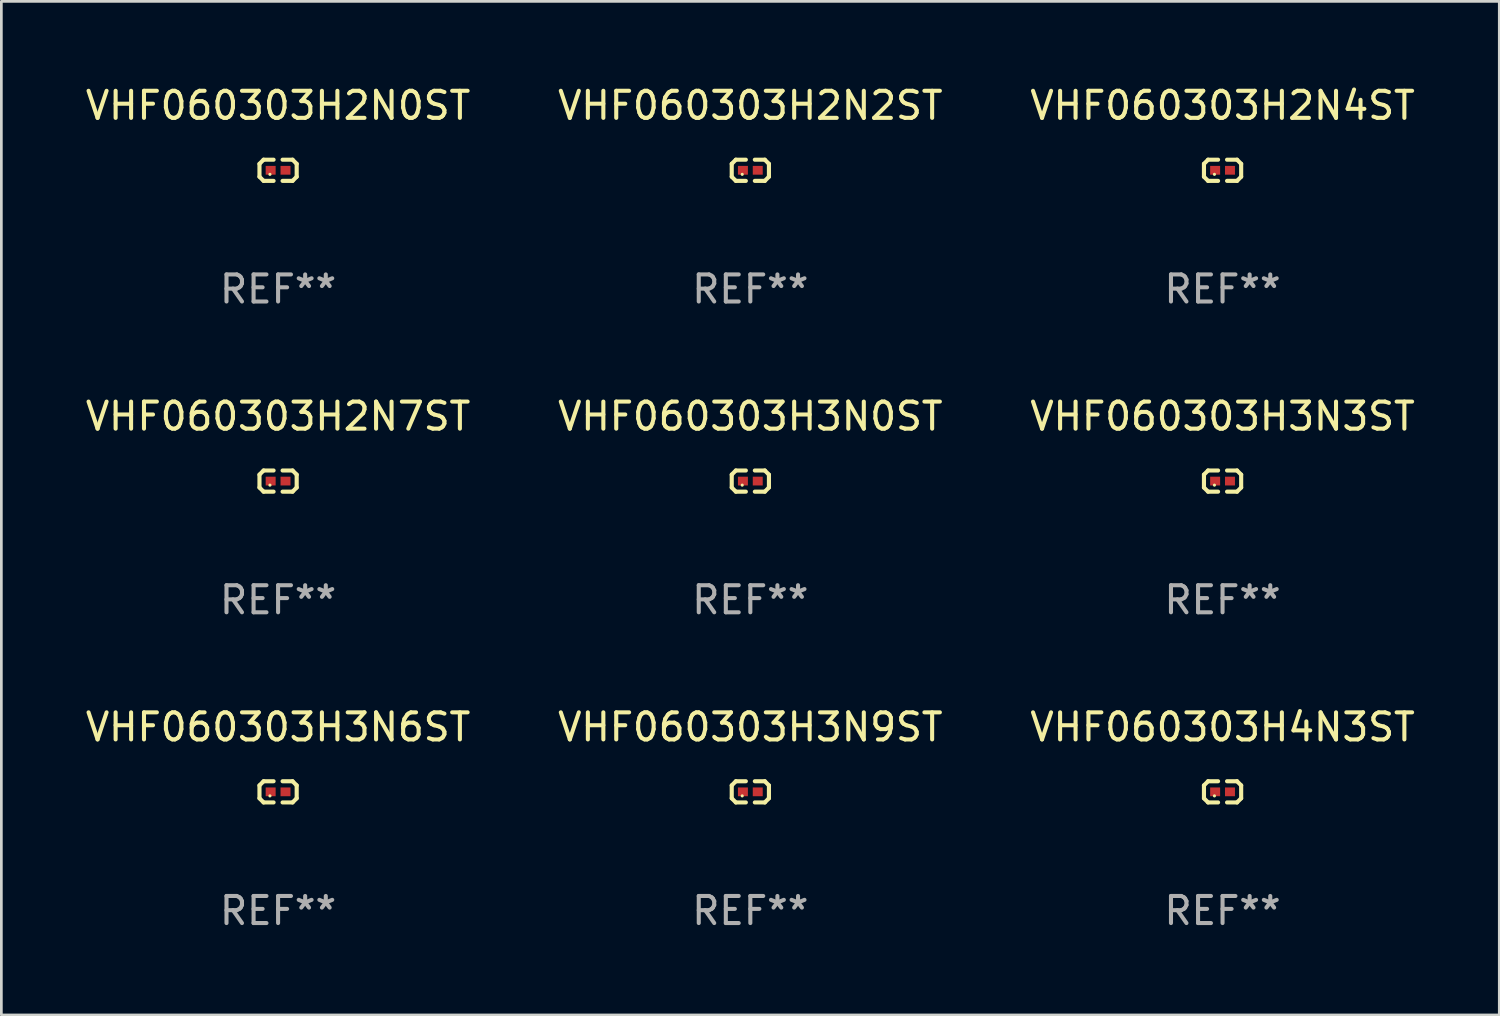
<source format=kicad_pcb>
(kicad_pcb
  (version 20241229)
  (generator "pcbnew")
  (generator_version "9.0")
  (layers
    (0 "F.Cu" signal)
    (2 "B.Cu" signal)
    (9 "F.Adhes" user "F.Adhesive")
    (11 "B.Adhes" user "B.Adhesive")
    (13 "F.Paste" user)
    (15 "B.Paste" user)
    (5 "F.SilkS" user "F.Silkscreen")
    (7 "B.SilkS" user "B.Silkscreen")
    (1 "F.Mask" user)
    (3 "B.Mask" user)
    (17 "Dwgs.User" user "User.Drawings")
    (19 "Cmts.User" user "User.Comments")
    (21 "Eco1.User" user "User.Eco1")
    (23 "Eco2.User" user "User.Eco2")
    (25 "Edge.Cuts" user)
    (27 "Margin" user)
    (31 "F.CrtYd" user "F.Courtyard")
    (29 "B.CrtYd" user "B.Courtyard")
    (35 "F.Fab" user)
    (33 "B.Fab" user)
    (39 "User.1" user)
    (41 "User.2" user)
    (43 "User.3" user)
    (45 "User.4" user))
  (footprint "VHF060303H3N0ST"
    (layer "F.Cu")
    (at 24.661 14.717)
    (property "Reference" "VHF060303H3N0ST" (at 0 -2.391 0) (layer "F.SilkS") (effects (font (size 1 1) (thickness 0.15))))
    (attr through_hole)
    (fp_line (start -0.687 -0.238) (end -0.535 -0.391) (stroke (width 0.152) (type solid)) (layer "F.SilkS"))
    (fp_line (start -0.687 0.238) (end -0.687 -0.238) (stroke (width 0.152) (type solid)) (layer "F.SilkS"))
    (fp_line (start -0.535 -0.391) (end -0.166 -0.391) (stroke (width 0.152) (type solid)) (layer "F.SilkS"))
    (fp_line (start -0.535 0.391) (end -0.687 0.238) (stroke (width 0.152) (type solid)) (layer "F.SilkS"))
    (fp_line (start -0.166 0.391) (end -0.535 0.391) (stroke (width 0.152) (type solid)) (layer "F.SilkS"))
    (fp_line (start 0.166 0.391) (end 0.535 0.391) (stroke (width 0.152) (type solid)) (layer "F.SilkS"))
    (fp_line (start 0.535 -0.391) (end 0.166 -0.391) (stroke (width 0.152) (type solid)) (layer "F.SilkS"))
    (fp_line (start 0.535 0.391) (end 0.687 0.238) (stroke (width 0.152) (type solid)) (layer "F.SilkS"))
    (fp_line (start 0.687 -0.238) (end 0.535 -0.391) (stroke (width 0.152) (type solid)) (layer "F.SilkS"))
    (fp_line (start 0.687 0.238) (end 0.687 -0.238) (stroke (width 0.152) (type solid)) (layer "F.SilkS"))
    (fp_circle (center -0.3 0.15) (end -0.27 0.15) (stroke (width 0.06) (type solid)) (fill no) (layer "F.SilkS"))
    (fp_text user "REF**" (at 0 4.391 0) (layer "F.Fab") (effects (font (size 1 1) (thickness 0.15))))
    (pad "1" smd rect (at -0.274 0) (size 0.368 0.324) (layers "F.Cu" "F.Mask" "F.Paste"))
    (pad "2" smd rect (at 0.274 0) (size 0.368 0.324) (layers "F.Cu" "F.Mask" "F.Paste")))
  (footprint "VHF060303H2N7ST"
    (layer "F.Cu")
    (at 7.22 14.717)
    (property "Reference" "VHF060303H2N7ST" (at 0 -2.391 0) (layer "F.SilkS") (effects (font (size 1 1) (thickness 0.15))))
    (attr through_hole)
    (fp_line (start -0.687 -0.238) (end -0.535 -0.391) (stroke (width 0.152) (type solid)) (layer "F.SilkS"))
    (fp_line (start -0.687 0.238) (end -0.687 -0.238) (stroke (width 0.152) (type solid)) (layer "F.SilkS"))
    (fp_line (start -0.535 -0.391) (end -0.166 -0.391) (stroke (width 0.152) (type solid)) (layer "F.SilkS"))
    (fp_line (start -0.535 0.391) (end -0.687 0.238) (stroke (width 0.152) (type solid)) (layer "F.SilkS"))
    (fp_line (start -0.166 0.391) (end -0.535 0.391) (stroke (width 0.152) (type solid)) (layer "F.SilkS"))
    (fp_line (start 0.166 0.391) (end 0.535 0.391) (stroke (width 0.152) (type solid)) (layer "F.SilkS"))
    (fp_line (start 0.535 -0.391) (end 0.166 -0.391) (stroke (width 0.152) (type solid)) (layer "F.SilkS"))
    (fp_line (start 0.535 0.391) (end 0.687 0.238) (stroke (width 0.152) (type solid)) (layer "F.SilkS"))
    (fp_line (start 0.687 -0.238) (end 0.535 -0.391) (stroke (width 0.152) (type solid)) (layer "F.SilkS"))
    (fp_line (start 0.687 0.238) (end 0.687 -0.238) (stroke (width 0.152) (type solid)) (layer "F.SilkS"))
    (fp_circle (center -0.3 0.15) (end -0.27 0.15) (stroke (width 0.06) (type solid)) (fill no) (layer "F.SilkS"))
    (fp_text user "REF**" (at 0 4.391 0) (layer "F.Fab") (effects (font (size 1 1) (thickness 0.15))))
    (pad "1" smd rect (at -0.274 0) (size 0.368 0.324) (layers "F.Cu" "F.Mask" "F.Paste"))
    (pad "2" smd rect (at 0.274 0) (size 0.368 0.324) (layers "F.Cu" "F.Mask" "F.Paste")))
  (footprint "VHF060303H2N0ST"
    (layer "F.Cu")
    (at 7.22 3.239)
    (property "Reference" "VHF060303H2N0ST" (at 0 -2.391 0) (layer "F.SilkS") (effects (font (size 1 1) (thickness 0.15))))
    (attr through_hole)
    (fp_line (start -0.687 -0.238) (end -0.535 -0.391) (stroke (width 0.152) (type solid)) (layer "F.SilkS"))
    (fp_line (start -0.687 0.238) (end -0.687 -0.238) (stroke (width 0.152) (type solid)) (layer "F.SilkS"))
    (fp_line (start -0.535 -0.391) (end -0.166 -0.391) (stroke (width 0.152) (type solid)) (layer "F.SilkS"))
    (fp_line (start -0.535 0.391) (end -0.687 0.238) (stroke (width 0.152) (type solid)) (layer "F.SilkS"))
    (fp_line (start -0.166 0.391) (end -0.535 0.391) (stroke (width 0.152) (type solid)) (layer "F.SilkS"))
    (fp_line (start 0.166 0.391) (end 0.535 0.391) (stroke (width 0.152) (type solid)) (layer "F.SilkS"))
    (fp_line (start 0.535 -0.391) (end 0.166 -0.391) (stroke (width 0.152) (type solid)) (layer "F.SilkS"))
    (fp_line (start 0.535 0.391) (end 0.687 0.238) (stroke (width 0.152) (type solid)) (layer "F.SilkS"))
    (fp_line (start 0.687 -0.238) (end 0.535 -0.391) (stroke (width 0.152) (type solid)) (layer "F.SilkS"))
    (fp_line (start 0.687 0.238) (end 0.687 -0.238) (stroke (width 0.152) (type solid)) (layer "F.SilkS"))
    (fp_circle (center -0.3 0.15) (end -0.27 0.15) (stroke (width 0.06) (type solid)) (fill no) (layer "F.SilkS"))
    (fp_text user "REF**" (at 0 4.391 0) (layer "F.Fab") (effects (font (size 1 1) (thickness 0.15))))
    (pad "1" smd rect (at -0.274 0) (size 0.368 0.324) (layers "F.Cu" "F.Mask" "F.Paste"))
    (pad "2" smd rect (at 0.274 0) (size 0.368 0.324) (layers "F.Cu" "F.Mask" "F.Paste")))
  (footprint "VHF060303H4N3ST"
    (layer "F.Cu")
    (at 42.101 26.194)
    (property "Reference" "VHF060303H4N3ST" (at 0 -2.391 0) (layer "F.SilkS") (effects (font (size 1 1) (thickness 0.15))))
    (attr through_hole)
    (fp_line (start -0.687 -0.238) (end -0.535 -0.391) (stroke (width 0.152) (type solid)) (layer "F.SilkS"))
    (fp_line (start -0.687 0.238) (end -0.687 -0.238) (stroke (width 0.152) (type solid)) (layer "F.SilkS"))
    (fp_line (start -0.535 -0.391) (end -0.166 -0.391) (stroke (width 0.152) (type solid)) (layer "F.SilkS"))
    (fp_line (start -0.535 0.391) (end -0.687 0.238) (stroke (width 0.152) (type solid)) (layer "F.SilkS"))
    (fp_line (start -0.166 0.391) (end -0.535 0.391) (stroke (width 0.152) (type solid)) (layer "F.SilkS"))
    (fp_line (start 0.166 0.391) (end 0.535 0.391) (stroke (width 0.152) (type solid)) (layer "F.SilkS"))
    (fp_line (start 0.535 -0.391) (end 0.166 -0.391) (stroke (width 0.152) (type solid)) (layer "F.SilkS"))
    (fp_line (start 0.535 0.391) (end 0.687 0.238) (stroke (width 0.152) (type solid)) (layer "F.SilkS"))
    (fp_line (start 0.687 -0.238) (end 0.535 -0.391) (stroke (width 0.152) (type solid)) (layer "F.SilkS"))
    (fp_line (start 0.687 0.238) (end 0.687 -0.238) (stroke (width 0.152) (type solid)) (layer "F.SilkS"))
    (fp_circle (center -0.3 0.15) (end -0.27 0.15) (stroke (width 0.06) (type solid)) (fill no) (layer "F.SilkS"))
    (fp_text user "REF**" (at 0 4.391 0) (layer "F.Fab") (effects (font (size 1 1) (thickness 0.15))))
    (pad "1" smd rect (at -0.274 0) (size 0.368 0.324) (layers "F.Cu" "F.Mask" "F.Paste"))
    (pad "2" smd rect (at 0.274 0) (size 0.368 0.324) (layers "F.Cu" "F.Mask" "F.Paste")))
  (footprint "VHF060303H3N9ST"
    (layer "F.Cu")
    (at 24.661 26.194)
    (property "Reference" "VHF060303H3N9ST" (at 0 -2.391 0) (layer "F.SilkS") (effects (font (size 1 1) (thickness 0.15))))
    (attr through_hole)
    (fp_line (start -0.687 -0.238) (end -0.535 -0.391) (stroke (width 0.152) (type solid)) (layer "F.SilkS"))
    (fp_line (start -0.687 0.238) (end -0.687 -0.238) (stroke (width 0.152) (type solid)) (layer "F.SilkS"))
    (fp_line (start -0.535 -0.391) (end -0.166 -0.391) (stroke (width 0.152) (type solid)) (layer "F.SilkS"))
    (fp_line (start -0.535 0.391) (end -0.687 0.238) (stroke (width 0.152) (type solid)) (layer "F.SilkS"))
    (fp_line (start -0.166 0.391) (end -0.535 0.391) (stroke (width 0.152) (type solid)) (layer "F.SilkS"))
    (fp_line (start 0.166 0.391) (end 0.535 0.391) (stroke (width 0.152) (type solid)) (layer "F.SilkS"))
    (fp_line (start 0.535 -0.391) (end 0.166 -0.391) (stroke (width 0.152) (type solid)) (layer "F.SilkS"))
    (fp_line (start 0.535 0.391) (end 0.687 0.238) (stroke (width 0.152) (type solid)) (layer "F.SilkS"))
    (fp_line (start 0.687 -0.238) (end 0.535 -0.391) (stroke (width 0.152) (type solid)) (layer "F.SilkS"))
    (fp_line (start 0.687 0.238) (end 0.687 -0.238) (stroke (width 0.152) (type solid)) (layer "F.SilkS"))
    (fp_circle (center -0.3 0.15) (end -0.27 0.15) (stroke (width 0.06) (type solid)) (fill no) (layer "F.SilkS"))
    (fp_text user "REF**" (at 0 4.391 0) (layer "F.Fab") (effects (font (size 1 1) (thickness 0.15))))
    (pad "1" smd rect (at -0.274 0) (size 0.368 0.324) (layers "F.Cu" "F.Mask" "F.Paste"))
    (pad "2" smd rect (at 0.274 0) (size 0.368 0.324) (layers "F.Cu" "F.Mask" "F.Paste")))
  (footprint "VHF060303H3N3ST"
    (layer "F.Cu")
    (at 42.101 14.717)
    (property "Reference" "VHF060303H3N3ST" (at 0 -2.391 0) (layer "F.SilkS") (effects (font (size 1 1) (thickness 0.15))))
    (attr through_hole)
    (fp_line (start -0.687 -0.238) (end -0.535 -0.391) (stroke (width 0.152) (type solid)) (layer "F.SilkS"))
    (fp_line (start -0.687 0.238) (end -0.687 -0.238) (stroke (width 0.152) (type solid)) (layer "F.SilkS"))
    (fp_line (start -0.535 -0.391) (end -0.166 -0.391) (stroke (width 0.152) (type solid)) (layer "F.SilkS"))
    (fp_line (start -0.535 0.391) (end -0.687 0.238) (stroke (width 0.152) (type solid)) (layer "F.SilkS"))
    (fp_line (start -0.166 0.391) (end -0.535 0.391) (stroke (width 0.152) (type solid)) (layer "F.SilkS"))
    (fp_line (start 0.166 0.391) (end 0.535 0.391) (stroke (width 0.152) (type solid)) (layer "F.SilkS"))
    (fp_line (start 0.535 -0.391) (end 0.166 -0.391) (stroke (width 0.152) (type solid)) (layer "F.SilkS"))
    (fp_line (start 0.535 0.391) (end 0.687 0.238) (stroke (width 0.152) (type solid)) (layer "F.SilkS"))
    (fp_line (start 0.687 -0.238) (end 0.535 -0.391) (stroke (width 0.152) (type solid)) (layer "F.SilkS"))
    (fp_line (start 0.687 0.238) (end 0.687 -0.238) (stroke (width 0.152) (type solid)) (layer "F.SilkS"))
    (fp_circle (center -0.3 0.15) (end -0.27 0.15) (stroke (width 0.06) (type solid)) (fill no) (layer "F.SilkS"))
    (fp_text user "REF**" (at 0 4.391 0) (layer "F.Fab") (effects (font (size 1 1) (thickness 0.15))))
    (pad "1" smd rect (at -0.274 0) (size 0.368 0.324) (layers "F.Cu" "F.Mask" "F.Paste"))
    (pad "2" smd rect (at 0.274 0) (size 0.368 0.324) (layers "F.Cu" "F.Mask" "F.Paste")))
  (footprint "VHF060303H2N2ST"
    (layer "F.Cu")
    (at 24.661 3.239)
    (property "Reference" "VHF060303H2N2ST" (at 0 -2.391 0) (layer "F.SilkS") (effects (font (size 1 1) (thickness 0.15))))
    (attr through_hole)
    (fp_line (start -0.687 -0.238) (end -0.535 -0.391) (stroke (width 0.152) (type solid)) (layer "F.SilkS"))
    (fp_line (start -0.687 0.238) (end -0.687 -0.238) (stroke (width 0.152) (type solid)) (layer "F.SilkS"))
    (fp_line (start -0.535 -0.391) (end -0.166 -0.391) (stroke (width 0.152) (type solid)) (layer "F.SilkS"))
    (fp_line (start -0.535 0.391) (end -0.687 0.238) (stroke (width 0.152) (type solid)) (layer "F.SilkS"))
    (fp_line (start -0.166 0.391) (end -0.535 0.391) (stroke (width 0.152) (type solid)) (layer "F.SilkS"))
    (fp_line (start 0.166 0.391) (end 0.535 0.391) (stroke (width 0.152) (type solid)) (layer "F.SilkS"))
    (fp_line (start 0.535 -0.391) (end 0.166 -0.391) (stroke (width 0.152) (type solid)) (layer "F.SilkS"))
    (fp_line (start 0.535 0.391) (end 0.687 0.238) (stroke (width 0.152) (type solid)) (layer "F.SilkS"))
    (fp_line (start 0.687 -0.238) (end 0.535 -0.391) (stroke (width 0.152) (type solid)) (layer "F.SilkS"))
    (fp_line (start 0.687 0.238) (end 0.687 -0.238) (stroke (width 0.152) (type solid)) (layer "F.SilkS"))
    (fp_circle (center -0.3 0.15) (end -0.27 0.15) (stroke (width 0.06) (type solid)) (fill no) (layer "F.SilkS"))
    (fp_text user "REF**" (at 0 4.391 0) (layer "F.Fab") (effects (font (size 1 1) (thickness 0.15))))
    (pad "1" smd rect (at -0.274 0) (size 0.368 0.324) (layers "F.Cu" "F.Mask" "F.Paste"))
    (pad "2" smd rect (at 0.274 0) (size 0.368 0.324) (layers "F.Cu" "F.Mask" "F.Paste")))
  (footprint "VHF060303H3N6ST"
    (layer "F.Cu")
    (at 7.22 26.194)
    (property "Reference" "VHF060303H3N6ST" (at 0 -2.391 0) (layer "F.SilkS") (effects (font (size 1 1) (thickness 0.15))))
    (attr through_hole)
    (fp_line (start -0.687 -0.238) (end -0.535 -0.391) (stroke (width 0.152) (type solid)) (layer "F.SilkS"))
    (fp_line (start -0.687 0.238) (end -0.687 -0.238) (stroke (width 0.152) (type solid)) (layer "F.SilkS"))
    (fp_line (start -0.535 -0.391) (end -0.166 -0.391) (stroke (width 0.152) (type solid)) (layer "F.SilkS"))
    (fp_line (start -0.535 0.391) (end -0.687 0.238) (stroke (width 0.152) (type solid)) (layer "F.SilkS"))
    (fp_line (start -0.166 0.391) (end -0.535 0.391) (stroke (width 0.152) (type solid)) (layer "F.SilkS"))
    (fp_line (start 0.166 0.391) (end 0.535 0.391) (stroke (width 0.152) (type solid)) (layer "F.SilkS"))
    (fp_line (start 0.535 -0.391) (end 0.166 -0.391) (stroke (width 0.152) (type solid)) (layer "F.SilkS"))
    (fp_line (start 0.535 0.391) (end 0.687 0.238) (stroke (width 0.152) (type solid)) (layer "F.SilkS"))
    (fp_line (start 0.687 -0.238) (end 0.535 -0.391) (stroke (width 0.152) (type solid)) (layer "F.SilkS"))
    (fp_line (start 0.687 0.238) (end 0.687 -0.238) (stroke (width 0.152) (type solid)) (layer "F.SilkS"))
    (fp_circle (center -0.3 0.15) (end -0.27 0.15) (stroke (width 0.06) (type solid)) (fill no) (layer "F.SilkS"))
    (fp_text user "REF**" (at 0 4.391 0) (layer "F.Fab") (effects (font (size 1 1) (thickness 0.15))))
    (pad "1" smd rect (at -0.274 0) (size 0.368 0.324) (layers "F.Cu" "F.Mask" "F.Paste"))
    (pad "2" smd rect (at 0.274 0) (size 0.368 0.324) (layers "F.Cu" "F.Mask" "F.Paste")))
  (footprint "VHF060303H2N4ST"
    (layer "F.Cu")
    (at 42.101 3.239)
    (property "Reference" "VHF060303H2N4ST" (at 0 -2.391 0) (layer "F.SilkS") (effects (font (size 1 1) (thickness 0.15))))
    (attr through_hole)
    (fp_line (start -0.687 -0.238) (end -0.535 -0.391) (stroke (width 0.152) (type solid)) (layer "F.SilkS"))
    (fp_line (start -0.687 0.238) (end -0.687 -0.238) (stroke (width 0.152) (type solid)) (layer "F.SilkS"))
    (fp_line (start -0.535 -0.391) (end -0.166 -0.391) (stroke (width 0.152) (type solid)) (layer "F.SilkS"))
    (fp_line (start -0.535 0.391) (end -0.687 0.238) (stroke (width 0.152) (type solid)) (layer "F.SilkS"))
    (fp_line (start -0.166 0.391) (end -0.535 0.391) (stroke (width 0.152) (type solid)) (layer "F.SilkS"))
    (fp_line (start 0.166 0.391) (end 0.535 0.391) (stroke (width 0.152) (type solid)) (layer "F.SilkS"))
    (fp_line (start 0.535 -0.391) (end 0.166 -0.391) (stroke (width 0.152) (type solid)) (layer "F.SilkS"))
    (fp_line (start 0.535 0.391) (end 0.687 0.238) (stroke (width 0.152) (type solid)) (layer "F.SilkS"))
    (fp_line (start 0.687 -0.238) (end 0.535 -0.391) (stroke (width 0.152) (type solid)) (layer "F.SilkS"))
    (fp_line (start 0.687 0.238) (end 0.687 -0.238) (stroke (width 0.152) (type solid)) (layer "F.SilkS"))
    (fp_circle (center -0.3 0.15) (end -0.27 0.15) (stroke (width 0.06) (type solid)) (fill no) (layer "F.SilkS"))
    (fp_text user "REF**" (at 0 4.391 0) (layer "F.Fab") (effects (font (size 1 1) (thickness 0.15))))
    (pad "1" smd rect (at -0.274 0) (size 0.368 0.324) (layers "F.Cu" "F.Mask" "F.Paste"))
    (pad "2" smd rect (at 0.274 0) (size 0.368 0.324) (layers "F.Cu" "F.Mask" "F.Paste")))
  (gr_rect
    (start -3 -3)
    (end 52.321 34.433)
    (stroke (width 0.1) (type default))
    (fill no)
    (layer "Edge.Cuts")))
</source>
